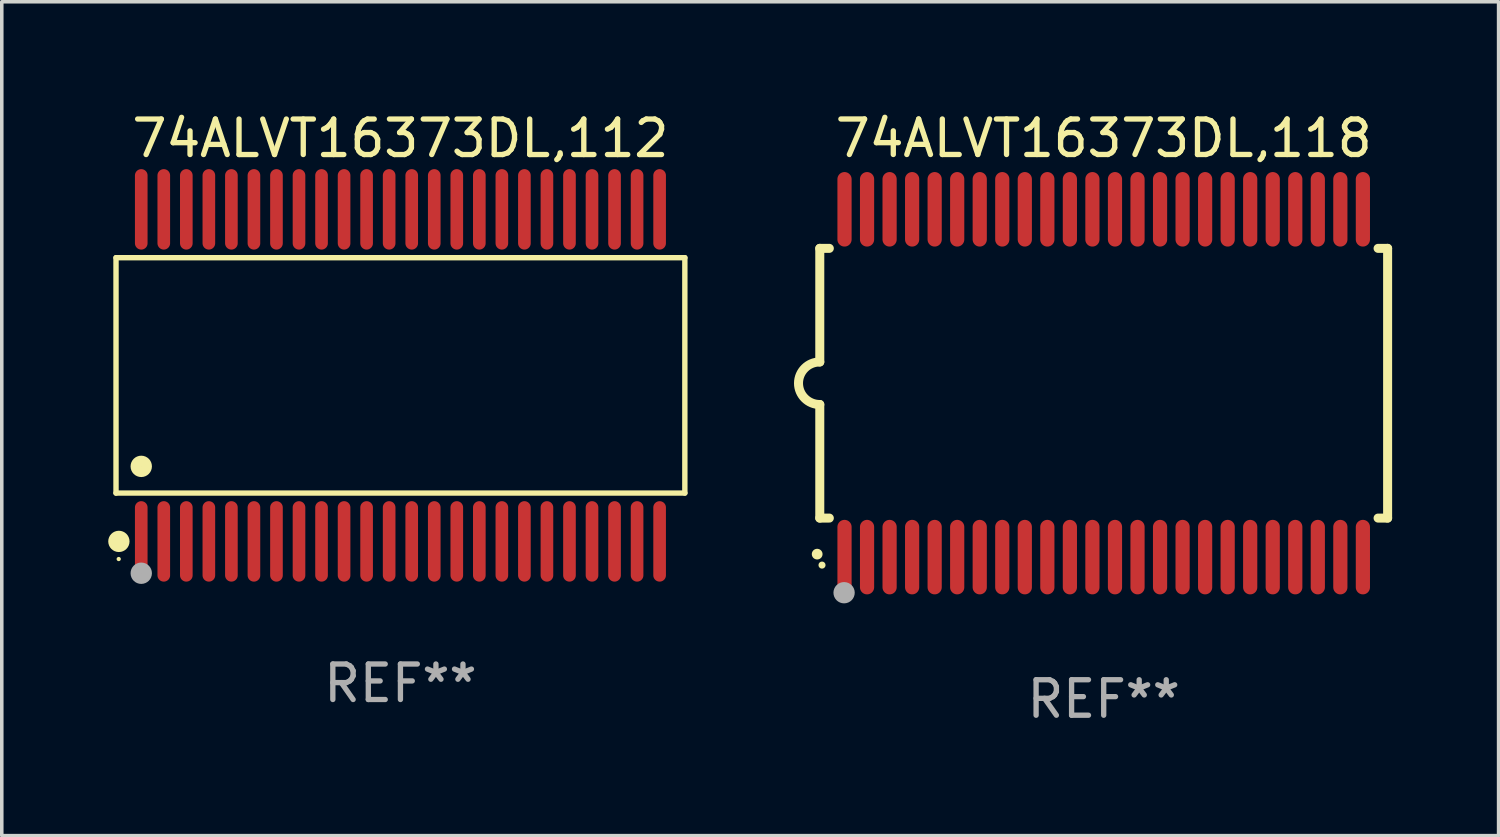
<source format=kicad_pcb>
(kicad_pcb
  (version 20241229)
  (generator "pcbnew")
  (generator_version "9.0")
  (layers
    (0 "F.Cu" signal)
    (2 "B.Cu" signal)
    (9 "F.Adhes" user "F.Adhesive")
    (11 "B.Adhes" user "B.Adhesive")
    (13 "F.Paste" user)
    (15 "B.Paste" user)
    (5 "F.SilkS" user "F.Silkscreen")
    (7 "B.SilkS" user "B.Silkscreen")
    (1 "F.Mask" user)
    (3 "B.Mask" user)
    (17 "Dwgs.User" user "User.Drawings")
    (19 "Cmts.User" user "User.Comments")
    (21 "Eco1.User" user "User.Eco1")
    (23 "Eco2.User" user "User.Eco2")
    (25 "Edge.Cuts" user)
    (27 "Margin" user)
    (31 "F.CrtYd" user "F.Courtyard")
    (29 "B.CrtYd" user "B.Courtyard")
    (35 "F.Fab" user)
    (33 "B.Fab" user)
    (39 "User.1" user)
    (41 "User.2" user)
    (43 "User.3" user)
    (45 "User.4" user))
  (footprint "74ALVT16373DL,112"
    (layer "F.Cu")
    (at 8.233 7.527)
    (property "Reference" "74ALVT16373DL,112" (at 0 -6.678 0) (layer "F.SilkS") (effects (font (size 1 1) (thickness 0.15))))
    (attr through_hole)
    (fp_line (start -8.014 -3.316) (end 8.014 -3.316) (stroke (width 0.152) (type solid)) (layer "F.SilkS"))
    (fp_line (start -8.014 3.316) (end -8.014 -3.316) (stroke (width 0.152) (type solid)) (layer "F.SilkS"))
    (fp_line (start 8.014 -3.316) (end 8.014 3.316) (stroke (width 0.152) (type solid)) (layer "F.SilkS"))
    (fp_line (start 8.014 3.316) (end -8.014 3.316) (stroke (width 0.152) (type solid)) (layer "F.SilkS"))
    (fp_circle (center -7.938 5.175) (end -7.908 5.175) (stroke (width 0.06) (type solid)) (fill no) (layer "F.SilkS"))
    (fp_circle (center -7.933 4.678) (end -7.783 4.678) (stroke (width 0.3) (type solid)) (fill no) (layer "F.SilkS"))
    (fp_circle (center -7.303 2.564) (end -7.152 2.564) (stroke (width 0.3) (type solid)) (fill no) (layer "F.SilkS"))
    (fp_circle (center -7.303 5.575) (end -7.152 5.575) (stroke (width 0.3) (type solid)) (fill no) (layer "F.Fab"))
    (fp_text user "REF**" (at 0 8.678 0) (layer "F.Fab") (effects (font (size 1 1) (thickness 0.15))))
    (pad "1" smd oval (at -7.303 4.678) (size 0.356 2.267) (layers "F.Cu" "F.Mask" "F.Paste"))
    (pad "2" smd oval (at -6.668 4.678) (size 0.356 2.267) (layers "F.Cu" "F.Mask" "F.Paste"))
    (pad "3" smd oval (at -6.033 4.678) (size 0.356 2.267) (layers "F.Cu" "F.Mask" "F.Paste"))
    (pad "4" smd oval (at -5.398 4.678) (size 0.356 2.267) (layers "F.Cu" "F.Mask" "F.Paste"))
    (pad "5" smd oval (at -4.763 4.678) (size 0.356 2.267) (layers "F.Cu" "F.Mask" "F.Paste"))
    (pad "6" smd oval (at -4.128 4.678) (size 0.356 2.267) (layers "F.Cu" "F.Mask" "F.Paste"))
    (pad "7" smd oval (at -3.493 4.678) (size 0.356 2.267) (layers "F.Cu" "F.Mask" "F.Paste"))
    (pad "8" smd oval (at -2.858 4.678) (size 0.356 2.267) (layers "F.Cu" "F.Mask" "F.Paste"))
    (pad "9" smd oval (at -2.223 4.678) (size 0.356 2.267) (layers "F.Cu" "F.Mask" "F.Paste"))
    (pad "10" smd oval (at -1.588 4.678) (size 0.356 2.267) (layers "F.Cu" "F.Mask" "F.Paste"))
    (pad "11" smd oval (at -0.953 4.678) (size 0.356 2.267) (layers "F.Cu" "F.Mask" "F.Paste"))
    (pad "12" smd oval (at -0.318 4.678) (size 0.356 2.267) (layers "F.Cu" "F.Mask" "F.Paste"))
    (pad "13" smd oval (at 0.318 4.678) (size 0.356 2.267) (layers "F.Cu" "F.Mask" "F.Paste"))
    (pad "14" smd oval (at 0.953 4.678) (size 0.356 2.267) (layers "F.Cu" "F.Mask" "F.Paste"))
    (pad "15" smd oval (at 1.588 4.678) (size 0.356 2.267) (layers "F.Cu" "F.Mask" "F.Paste"))
    (pad "16" smd oval (at 2.223 4.678) (size 0.356 2.267) (layers "F.Cu" "F.Mask" "F.Paste"))
    (pad "17" smd oval (at 2.858 4.678) (size 0.356 2.267) (layers "F.Cu" "F.Mask" "F.Paste"))
    (pad "18" smd oval (at 3.493 4.678) (size 0.356 2.267) (layers "F.Cu" "F.Mask" "F.Paste"))
    (pad "19" smd oval (at 4.128 4.678) (size 0.356 2.267) (layers "F.Cu" "F.Mask" "F.Paste"))
    (pad "20" smd oval (at 4.763 4.678) (size 0.356 2.267) (layers "F.Cu" "F.Mask" "F.Paste"))
    (pad "21" smd oval (at 5.398 4.678) (size 0.356 2.267) (layers "F.Cu" "F.Mask" "F.Paste"))
    (pad "22" smd oval (at 6.033 4.678) (size 0.356 2.267) (layers "F.Cu" "F.Mask" "F.Paste"))
    (pad "23" smd oval (at 6.668 4.678) (size 0.356 2.267) (layers "F.Cu" "F.Mask" "F.Paste"))
    (pad "24" smd oval (at 7.303 4.678) (size 0.356 2.267) (layers "F.Cu" "F.Mask" "F.Paste"))
    (pad "25" smd oval (at 7.303 -4.678) (size 0.356 2.267) (layers "F.Cu" "F.Mask" "F.Paste"))
    (pad "26" smd oval (at 6.668 -4.678) (size 0.356 2.267) (layers "F.Cu" "F.Mask" "F.Paste"))
    (pad "27" smd oval (at 6.033 -4.678) (size 0.356 2.267) (layers "F.Cu" "F.Mask" "F.Paste"))
    (pad "28" smd oval (at 5.398 -4.678) (size 0.356 2.267) (layers "F.Cu" "F.Mask" "F.Paste"))
    (pad "29" smd oval (at 4.763 -4.678) (size 0.356 2.267) (layers "F.Cu" "F.Mask" "F.Paste"))
    (pad "30" smd oval (at 4.128 -4.678) (size 0.356 2.267) (layers "F.Cu" "F.Mask" "F.Paste"))
    (pad "31" smd oval (at 3.493 -4.678) (size 0.356 2.267) (layers "F.Cu" "F.Mask" "F.Paste"))
    (pad "32" smd oval (at 2.858 -4.678) (size 0.356 2.267) (layers "F.Cu" "F.Mask" "F.Paste"))
    (pad "33" smd oval (at 2.223 -4.678) (size 0.356 2.267) (layers "F.Cu" "F.Mask" "F.Paste"))
    (pad "34" smd oval (at 1.588 -4.678) (size 0.356 2.267) (layers "F.Cu" "F.Mask" "F.Paste"))
    (pad "35" smd oval (at 0.953 -4.678) (size 0.356 2.267) (layers "F.Cu" "F.Mask" "F.Paste"))
    (pad "36" smd oval (at 0.318 -4.678) (size 0.356 2.267) (layers "F.Cu" "F.Mask" "F.Paste"))
    (pad "37" smd oval (at -0.318 -4.678) (size 0.356 2.267) (layers "F.Cu" "F.Mask" "F.Paste"))
    (pad "38" smd oval (at -0.953 -4.678) (size 0.356 2.267) (layers "F.Cu" "F.Mask" "F.Paste"))
    (pad "39" smd oval (at -1.588 -4.678) (size 0.356 2.267) (layers "F.Cu" "F.Mask" "F.Paste"))
    (pad "40" smd oval (at -2.223 -4.678) (size 0.356 2.267) (layers "F.Cu" "F.Mask" "F.Paste"))
    (pad "41" smd oval (at -2.858 -4.678) (size 0.356 2.267) (layers "F.Cu" "F.Mask" "F.Paste"))
    (pad "42" smd oval (at -3.493 -4.678) (size 0.356 2.267) (layers "F.Cu" "F.Mask" "F.Paste"))
    (pad "43" smd oval (at -4.128 -4.678) (size 0.356 2.267) (layers "F.Cu" "F.Mask" "F.Paste"))
    (pad "44" smd oval (at -4.763 -4.678) (size 0.356 2.267) (layers "F.Cu" "F.Mask" "F.Paste"))
    (pad "45" smd oval (at -5.398 -4.678) (size 0.356 2.267) (layers "F.Cu" "F.Mask" "F.Paste"))
    (pad "46" smd oval (at -6.033 -4.678) (size 0.356 2.267) (layers "F.Cu" "F.Mask" "F.Paste"))
    (pad "47" smd oval (at -6.668 -4.678) (size 0.356 2.267) (layers "F.Cu" "F.Mask" "F.Paste"))
    (pad "48" smd oval (at -7.303 -4.678) (size 0.356 2.267) (layers "F.Cu" "F.Mask" "F.Paste")))
  (footprint "74ALVT16373DL,118"
    (layer "F.Cu")
    (at 28.049 7.748)
    (property "Reference" "74ALVT16373DL,118" (at 0 -6.9 0) (layer "F.SilkS") (effects (font (size 1 1) (thickness 0.15))))
    (attr through_hole)
    (fp_line (start -8 -3.8) (end -8 -0.599) (stroke (width 0.254) (type solid)) (layer "F.SilkS"))
    (fp_line (start -8 -3.8) (end -7.731 -3.8) (stroke (width 0.254) (type solid)) (layer "F.SilkS"))
    (fp_line (start -8 3.8) (end -8 0.599) (stroke (width 0.254) (type solid)) (layer "F.SilkS"))
    (fp_line (start -7.731 3.8) (end -8 3.8) (stroke (width 0.254) (type solid)) (layer "F.SilkS"))
    (fp_line (start 7.731 -3.8) (end 8 -3.8) (stroke (width 0.254) (type solid)) (layer "F.SilkS"))
    (fp_line (start 8 -3.8) (end 8 3.8) (stroke (width 0.254) (type solid)) (layer "F.SilkS"))
    (fp_line (start 8 3.8) (end 7.731 3.8) (stroke (width 0.254) (type solid)) (layer "F.SilkS"))
    (fp_arc (start -8.074676 4.81585) (mid -8.073406 4.815845) (end -8.072136 4.81585) (stroke (width 0.3) (type solid)) (layer "F.SilkS"))
    (fp_arc (start -8.000025 0.6) (mid -8.598908 0.00056) (end -8.000027 -0.598882) (stroke (width 0.254001) (type solid)) (layer "F.SilkS"))
    (fp_circle (center -7.937 5.125) (end -7.887 5.125) (stroke (width 0.1) (type solid)) (fill no) (layer "F.SilkS"))
    (fp_circle (center -7.315 5.903) (end -7.165 5.903) (stroke (width 0.3) (type solid)) (fill no) (layer "F.Fab"))
    (fp_text user "REF**" (at 0 8.9 0) (layer "F.Fab") (effects (font (size 1 1) (thickness 0.15))))
    (pad "1" smd oval (at -7.303 4.9) (size 0.4 2.1) (layers "F.Cu" "F.Mask" "F.Paste"))
    (pad "2" smd oval (at -6.668 4.9) (size 0.4 2.1) (layers "F.Cu" "F.Mask" "F.Paste"))
    (pad "3" smd oval (at -6.033 4.9) (size 0.4 2.1) (layers "F.Cu" "F.Mask" "F.Paste"))
    (pad "4" smd oval (at -5.398 4.9) (size 0.4 2.1) (layers "F.Cu" "F.Mask" "F.Paste"))
    (pad "5" smd oval (at -4.763 4.9) (size 0.4 2.1) (layers "F.Cu" "F.Mask" "F.Paste"))
    (pad "6" smd oval (at -4.128 4.9) (size 0.4 2.1) (layers "F.Cu" "F.Mask" "F.Paste"))
    (pad "7" smd oval (at -3.493 4.9) (size 0.4 2.1) (layers "F.Cu" "F.Mask" "F.Paste"))
    (pad "8" smd oval (at -2.858 4.9) (size 0.4 2.1) (layers "F.Cu" "F.Mask" "F.Paste"))
    (pad "9" smd oval (at -2.223 4.9) (size 0.4 2.1) (layers "F.Cu" "F.Mask" "F.Paste"))
    (pad "10" smd oval (at -1.588 4.9) (size 0.4 2.1) (layers "F.Cu" "F.Mask" "F.Paste"))
    (pad "11" smd oval (at -0.953 4.9) (size 0.4 2.1) (layers "F.Cu" "F.Mask" "F.Paste"))
    (pad "12" smd oval (at -0.318 4.9) (size 0.4 2.1) (layers "F.Cu" "F.Mask" "F.Paste"))
    (pad "13" smd oval (at 0.318 4.9) (size 0.4 2.1) (layers "F.Cu" "F.Mask" "F.Paste"))
    (pad "14" smd oval (at 0.953 4.9) (size 0.4 2.1) (layers "F.Cu" "F.Mask" "F.Paste"))
    (pad "15" smd oval (at 1.588 4.9) (size 0.4 2.1) (layers "F.Cu" "F.Mask" "F.Paste"))
    (pad "16" smd oval (at 2.223 4.9) (size 0.4 2.1) (layers "F.Cu" "F.Mask" "F.Paste"))
    (pad "17" smd oval (at 2.858 4.9) (size 0.4 2.1) (layers "F.Cu" "F.Mask" "F.Paste"))
    (pad "18" smd oval (at 3.493 4.9) (size 0.4 2.1) (layers "F.Cu" "F.Mask" "F.Paste"))
    (pad "19" smd oval (at 4.128 4.9) (size 0.4 2.1) (layers "F.Cu" "F.Mask" "F.Paste"))
    (pad "20" smd oval (at 4.763 4.9) (size 0.4 2.1) (layers "F.Cu" "F.Mask" "F.Paste"))
    (pad "21" smd oval (at 5.398 4.9) (size 0.4 2.1) (layers "F.Cu" "F.Mask" "F.Paste"))
    (pad "22" smd oval (at 6.033 4.9) (size 0.4 2.1) (layers "F.Cu" "F.Mask" "F.Paste"))
    (pad "23" smd oval (at 6.668 4.9) (size 0.4 2.1) (layers "F.Cu" "F.Mask" "F.Paste"))
    (pad "24" smd oval (at 7.303 4.9) (size 0.4 2.1) (layers "F.Cu" "F.Mask" "F.Paste"))
    (pad "25" smd oval (at 7.303 -4.9 180) (size 0.4 2.1) (layers "F.Cu" "F.Mask" "F.Paste"))
    (pad "26" smd oval (at 6.668 -4.9 180) (size 0.4 2.1) (layers "F.Cu" "F.Mask" "F.Paste"))
    (pad "27" smd oval (at 6.033 -4.9 180) (size 0.4 2.1) (layers "F.Cu" "F.Mask" "F.Paste"))
    (pad "28" smd oval (at 5.398 -4.9 180) (size 0.4 2.1) (layers "F.Cu" "F.Mask" "F.Paste"))
    (pad "29" smd oval (at 4.763 -4.9 180) (size 0.4 2.1) (layers "F.Cu" "F.Mask" "F.Paste"))
    (pad "30" smd oval (at 4.128 -4.9 180) (size 0.4 2.1) (layers "F.Cu" "F.Mask" "F.Paste"))
    (pad "31" smd oval (at 3.493 -4.9 180) (size 0.4 2.1) (layers "F.Cu" "F.Mask" "F.Paste"))
    (pad "32" smd oval (at 2.858 -4.9 180) (size 0.4 2.1) (layers "F.Cu" "F.Mask" "F.Paste"))
    (pad "33" smd oval (at 2.223 -4.9 180) (size 0.4 2.1) (layers "F.Cu" "F.Mask" "F.Paste"))
    (pad "34" smd oval (at 1.588 -4.9 180) (size 0.4 2.1) (layers "F.Cu" "F.Mask" "F.Paste"))
    (pad "35" smd oval (at 0.953 -4.9 180) (size 0.4 2.1) (layers "F.Cu" "F.Mask" "F.Paste"))
    (pad "36" smd oval (at 0.318 -4.9 180) (size 0.4 2.1) (layers "F.Cu" "F.Mask" "F.Paste"))
    (pad "37" smd oval (at -0.318 -4.9 180) (size 0.4 2.1) (layers "F.Cu" "F.Mask" "F.Paste"))
    (pad "38" smd oval (at -0.953 -4.9 180) (size 0.4 2.1) (layers "F.Cu" "F.Mask" "F.Paste"))
    (pad "39" smd oval (at -1.588 -4.9 180) (size 0.4 2.1) (layers "F.Cu" "F.Mask" "F.Paste"))
    (pad "40" smd oval (at -2.223 -4.9 180) (size 0.4 2.1) (layers "F.Cu" "F.Mask" "F.Paste"))
    (pad "41" smd oval (at -2.858 -4.9 180) (size 0.4 2.1) (layers "F.Cu" "F.Mask" "F.Paste"))
    (pad "42" smd oval (at -3.493 -4.9 180) (size 0.4 2.1) (layers "F.Cu" "F.Mask" "F.Paste"))
    (pad "43" smd oval (at -4.128 -4.9 180) (size 0.4 2.1) (layers "F.Cu" "F.Mask" "F.Paste"))
    (pad "44" smd oval (at -4.763 -4.9 180) (size 0.4 2.1) (layers "F.Cu" "F.Mask" "F.Paste"))
    (pad "45" smd oval (at -5.398 -4.9 180) (size 0.4 2.1) (layers "F.Cu" "F.Mask" "F.Paste"))
    (pad "46" smd oval (at -6.033 -4.9 180) (size 0.4 2.1) (layers "F.Cu" "F.Mask" "F.Paste"))
    (pad "47" smd oval (at -6.668 -4.9 180) (size 0.4 2.1) (layers "F.Cu" "F.Mask" "F.Paste"))
    (pad "48" smd oval (at -7.303 -4.9 180) (size 0.4 2.1) (layers "F.Cu" "F.Mask" "F.Paste")))
  (gr_rect
    (start -3 -3)
    (end 39.176 20.496)
    (stroke (width 0.1) (type default))
    (fill no)
    (layer "Edge.Cuts")))
</source>
